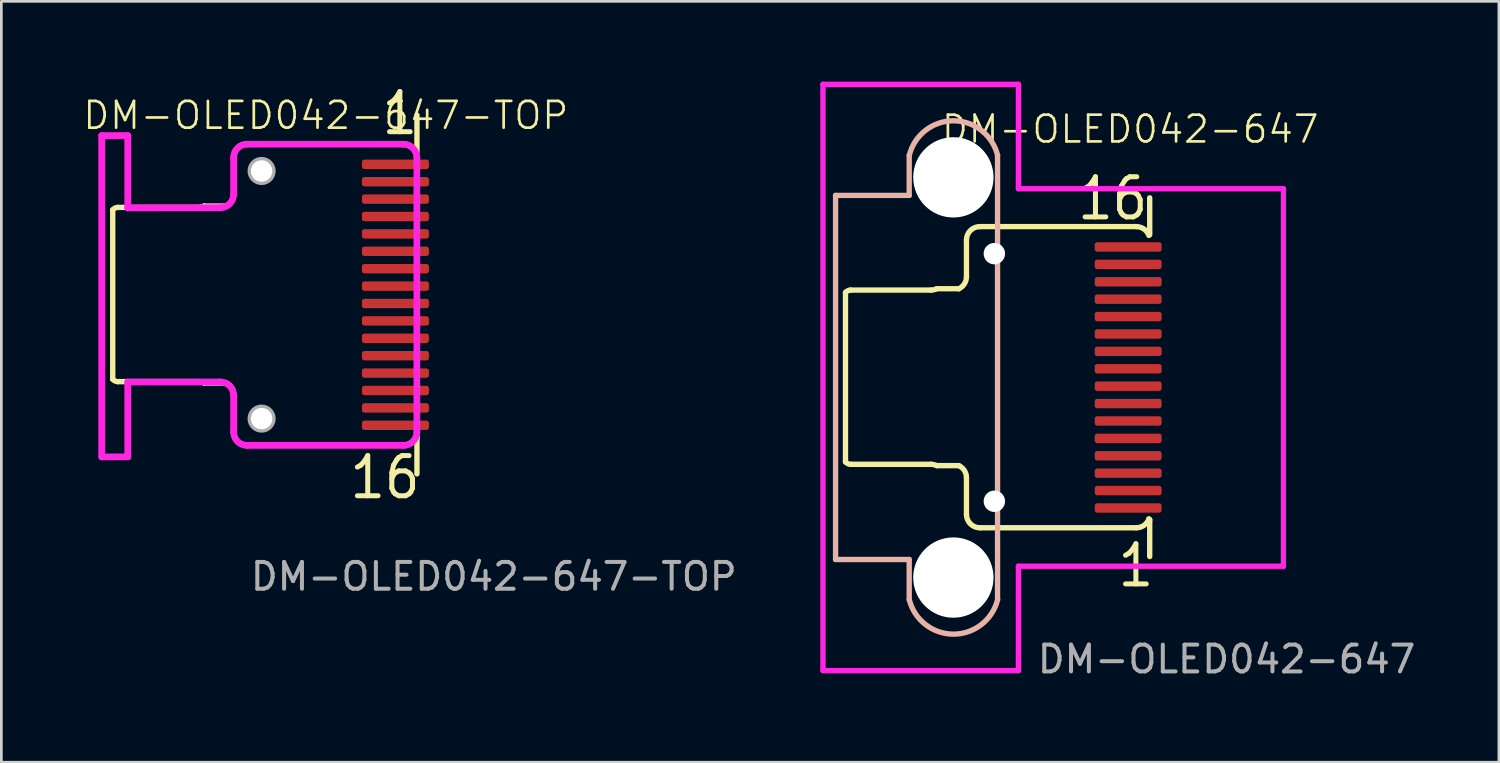
<source format=kicad_pcb>
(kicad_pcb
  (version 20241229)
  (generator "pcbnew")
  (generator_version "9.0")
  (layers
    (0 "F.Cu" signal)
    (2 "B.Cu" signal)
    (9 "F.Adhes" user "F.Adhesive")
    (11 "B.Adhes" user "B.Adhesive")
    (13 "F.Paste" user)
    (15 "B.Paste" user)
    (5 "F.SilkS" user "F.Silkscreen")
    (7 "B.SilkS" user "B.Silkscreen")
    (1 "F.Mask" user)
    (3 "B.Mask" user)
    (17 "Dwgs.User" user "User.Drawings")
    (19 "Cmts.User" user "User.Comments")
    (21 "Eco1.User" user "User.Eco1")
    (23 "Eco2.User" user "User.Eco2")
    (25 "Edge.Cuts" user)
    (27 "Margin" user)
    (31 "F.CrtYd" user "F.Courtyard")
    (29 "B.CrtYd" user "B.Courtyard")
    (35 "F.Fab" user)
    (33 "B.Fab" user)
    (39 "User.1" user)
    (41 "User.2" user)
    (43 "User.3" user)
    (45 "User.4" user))
  (footprint "DM-OLED042-647"
    (layer "F.Cu")
    (at 39.093 11.05)
    (property "Reference" "DM-OLED042-647" (at 0.075 -9.275 0) (unlocked yes) (layer "F.SilkS") (effects (font (size 1 1) (thickness 0.1))))
    (attr smd)
    (fp_line (start -10.56 3.153) (end -10.56 -3.173) (stroke (width 0.2) (type solid)) (layer "F.SilkS"))
    (fp_line (start -10.367 -3.264) (end -7.368 -3.264) (stroke (width 0.2) (type solid)) (layer "F.SilkS"))
    (fp_line (start -10.367 3.244) (end -7.368 3.244) (stroke (width 0.2) (type solid)) (layer "F.SilkS"))
    (fp_line (start -7.152 -3.314) (end -6.324 -3.314) (stroke (width 0.2) (type solid)) (layer "F.SilkS"))
    (fp_line (start -7.152 3.294) (end -6.324 3.294) (stroke (width 0.2) (type solid)) (layer "F.SilkS"))
    (fp_line (start -6.041 -3.764) (end -6.041 -5.135) (stroke (width 0.2) (type solid)) (layer "F.SilkS"))
    (fp_line (start -6.041 5.115) (end -6.041 3.744) (stroke (width 0.2) (type solid)) (layer "F.SilkS"))
    (fp_line (start -5.541 -5.635) (end 0.305 -5.635) (stroke (width 0.2) (type solid)) (layer "F.SilkS"))
    (fp_line (start -5.541 5.615) (end 0.305 5.615) (stroke (width 0.2) (type solid)) (layer "F.SilkS"))
    (fp_line (start 0.775 5.286) (end 0.805 5.316) (stroke (width 0.2) (type solid)) (layer "F.SilkS"))
    (fp_line (start 0.804 -6.71) (end 0.805 -5.335) (stroke (width 0.2) (type solid)) (layer "F.SilkS"))
    (fp_line (start 0.804 6.69) (end 0.805 5.316) (stroke (width 0.2) (type solid)) (layer "F.SilkS"))
    (fp_arc (start -10.56 -3.173149) (mid -10.473671 -3.240445) (end -10.366866 -3.264409) (stroke (width 0.2) (type solid)) (layer "F.SilkS"))
    (fp_arc (start -10.366866 3.244407) (mid -10.473671 3.220443) (end -10.56 3.153148) (stroke (width 0.2) (type solid)) (layer "F.SilkS"))
    (fp_arc (start -7.368282 3.24441) (mid -7.257153 3.256915) (end -7.151584 3.293808) (stroke (width 0.2) (type solid)) (layer "F.SilkS"))
    (fp_arc (start -7.151584 -3.313807) (mid -7.257154 -3.276915) (end -7.368282 -3.264409) (stroke (width 0.2) (type solid)) (layer "F.SilkS"))
    (fp_arc (start -6.32393 3.293808) (mid -6.117339 3.478279) (end -6.040629 3.744409) (stroke (width 0.2) (type solid)) (layer "F.SilkS"))
    (fp_arc (start -6.040629 -3.764408) (mid -6.117339 -3.498278) (end -6.32393 -3.313807) (stroke (width 0.2) (type solid)) (layer "F.SilkS"))
    (fp_arc (start -6.040626 -5.134999) (mid -5.89418 -5.488552) (end -5.540627 -5.634998) (stroke (width 0.2) (type solid)) (layer "F.SilkS"))
    (fp_arc (start -5.540627 5.614999) (mid -5.89418 5.468553) (end -6.040626 5.115) (stroke (width 0.2) (type solid)) (layer "F.SilkS"))
    (fp_arc (start 0.305117 -5.634003) (mid 0.591904 -5.543579) (end 0.774961 -5.305014) (stroke (width 0.2) (type solid)) (layer "F.SilkS"))
    (fp_arc (start 0.774961 5.286011) (mid 0.591904 5.524575) (end 0.305117 5.614999) (stroke (width 0.2) (type solid)) (layer "F.SilkS"))
    (fp_line (start -10.93 -6.8) (end -8.18 -6.8) (stroke (width 0.2) (type solid)) (layer "B.SilkS"))
    (fp_line (start -10.93 6.8) (end -10.93 -6.8) (stroke (width 0.2) (type solid)) (layer "B.SilkS"))
    (fp_line (start -10.93 6.8) (end -8.18 6.8) (stroke (width 0.2) (type solid)) (layer "B.SilkS"))
    (fp_line (start -8.18 -6.8) (end -8.18 -8.3) (stroke (width 0.2) (type solid)) (layer "B.SilkS"))
    (fp_line (start -8.18 8.3) (end -8.18 6.8) (stroke (width 0.2) (type solid)) (layer "B.SilkS"))
    (fp_line (start -4.88 8.3) (end -4.88 -8.3) (stroke (width 0.2) (type solid)) (layer "B.SilkS"))
    (fp_arc (start -8.176691 -8.299178) (mid -6.527788 -9.588338) (end -4.877815 -8.300547) (stroke (width 0.2) (type solid)) (layer "B.SilkS"))
    (fp_arc (start -4.877815 8.300547) (mid -6.527788 9.588338) (end -8.176691 8.299178) (stroke (width 0.2) (type solid)) (layer "B.SilkS"))
    (fp_line (start -11.4 -10.95) (end -4.1 -10.95) (stroke (width 0.2) (type solid)) (layer "F.CrtYd"))
    (fp_line (start -11.4 10.95) (end -11.4 -10.95) (stroke (width 0.2) (type solid)) (layer "F.CrtYd"))
    (fp_line (start -11.4 10.95) (end -4.1 10.95) (stroke (width 0.2) (type solid)) (layer "F.CrtYd"))
    (fp_line (start -4.1 -7.05) (end -4.1 -10.95) (stroke (width 0.2) (type solid)) (layer "F.CrtYd"))
    (fp_line (start -4.1 -7.05) (end 5.8 -7.05) (stroke (width 0.2) (type solid)) (layer "F.CrtYd"))
    (fp_line (start -4.1 7.05) (end 5.8 7.05) (stroke (width 0.2) (type solid)) (layer "F.CrtYd"))
    (fp_line (start -4.1 10.95) (end -4.1 7.05) (stroke (width 0.2) (type solid)) (layer "F.CrtYd"))
    (fp_line (start 5.8 7.05) (end 5.8 -7.05) (stroke (width 0.2) (type solid)) (layer "F.CrtYd"))
    (fp_text user "16" (at -1.988 -5.805 0) (layer "F.SilkS") (effects (font (size 1.5 1.35) (thickness 0.187)) (justify left bottom)))
    (fp_text user "1" (at -0.478 7.905 0) (layer "F.SilkS") (effects (font (size 1.5 1.35) (thickness 0.187)) (justify left bottom)))
    (fp_text user "${REFERENCE}" (at 3.675 10.525 0) (unlocked yes) (layer "F.Fab") (effects (font (size 1 1) (thickness 0.15))))
    (pad "" np_thru_hole circle (at -6.53 -7.475) (size 3 3) (drill 3) (layers "*.Cu" "*.Mask"))
    (pad "" np_thru_hole circle (at -6.53 7.475) (size 3 3) (drill 3) (layers "*.Cu" "*.Mask"))
    (pad "" np_thru_hole circle (at -4.999 -4.625) (size 0.8 0.8) (drill 0.8) (layers "*.Cu" "*.Mask"))
    (pad "" np_thru_hole circle (at -4.999 4.625) (size 0.8 0.8) (drill 0.8) (layers "*.Cu" "*.Mask"))
    (pad "1" smd roundrect (at 0 4.875) (size 2.5 0.35) (layers "F.Cu" "F.Mask" "F.Paste") (roundrect_rratio 0.25))
    (pad "2" smd roundrect (at 0 4.225) (size 2.5 0.35) (layers "F.Cu" "F.Mask" "F.Paste") (roundrect_rratio 0.25))
    (pad "3" smd roundrect (at 0 3.575) (size 2.5 0.35) (layers "F.Cu" "F.Mask" "F.Paste") (roundrect_rratio 0.25))
    (pad "4" smd roundrect (at 0 2.925) (size 2.5 0.35) (layers "F.Cu" "F.Mask" "F.Paste") (roundrect_rratio 0.25))
    (pad "5" smd roundrect (at 0 2.275) (size 2.5 0.35) (layers "F.Cu" "F.Mask" "F.Paste") (roundrect_rratio 0.25))
    (pad "6" smd roundrect (at 0 1.625) (size 2.5 0.35) (layers "F.Cu" "F.Mask" "F.Paste") (roundrect_rratio 0.25))
    (pad "7" smd roundrect (at 0 0.975) (size 2.5 0.35) (layers "F.Cu" "F.Mask" "F.Paste") (roundrect_rratio 0.25))
    (pad "8" smd roundrect (at 0 0.325) (size 2.5 0.35) (layers "F.Cu" "F.Mask" "F.Paste") (roundrect_rratio 0.25))
    (pad "9" smd roundrect (at 0 -0.325) (size 2.5 0.35) (layers "F.Cu" "F.Mask" "F.Paste") (roundrect_rratio 0.25))
    (pad "10" smd roundrect (at 0 -0.975) (size 2.5 0.35) (layers "F.Cu" "F.Mask" "F.Paste") (roundrect_rratio 0.25))
    (pad "11" smd roundrect (at 0 -1.625) (size 2.5 0.35) (layers "F.Cu" "F.Mask" "F.Paste") (roundrect_rratio 0.25))
    (pad "12" smd roundrect (at 0 -2.275) (size 2.5 0.35) (layers "F.Cu" "F.Mask" "F.Paste") (roundrect_rratio 0.25))
    (pad "13" smd roundrect (at 0 -2.925) (size 2.5 0.35) (layers "F.Cu" "F.Mask" "F.Paste") (roundrect_rratio 0.25))
    (pad "14" smd roundrect (at 0 -3.575) (size 2.5 0.35) (layers "F.Cu" "F.Mask" "F.Paste") (roundrect_rratio 0.25))
    (pad "15" smd roundrect (at 0 -4.225) (size 2.5 0.35) (layers "F.Cu" "F.Mask" "F.Paste") (roundrect_rratio 0.25))
    (pad "16" smd roundrect (at 0 -4.875) (size 2.5 0.35) (layers "F.Cu" "F.Mask" "F.Paste") (roundrect_rratio 0.25)))
  (footprint "DM-OLED042-647-TOP"
    (layer "F.Cu")
    (at 11.721 7.962)
    (property "Reference" "DM-OLED042-647-TOP" (at -2.6 -6.7 0) (unlocked yes) (layer "F.SilkS") (effects (font (size 1 1) (thickness 0.1))))
    (attr smd)
    (fp_line (start -10.56 3.153) (end -10.56 -3.173) (stroke (width 0.2) (type solid)) (layer "F.SilkS"))
    (fp_line (start -10.367 -3.264) (end -7.368 -3.264) (stroke (width 0.2) (type solid)) (layer "F.SilkS"))
    (fp_line (start -10.367 3.244) (end -7.368 3.244) (stroke (width 0.2) (type solid)) (layer "F.SilkS"))
    (fp_line (start -7.152 -3.314) (end -6.324 -3.314) (stroke (width 0.2) (type solid)) (layer "F.SilkS"))
    (fp_line (start -7.152 3.294) (end -6.324 3.294) (stroke (width 0.2) (type solid)) (layer "F.SilkS"))
    (fp_line (start -6.041 -3.764) (end -6.041 -5.135) (stroke (width 0.2) (type solid)) (layer "F.SilkS"))
    (fp_line (start -6.041 5.115) (end -6.041 3.744) (stroke (width 0.2) (type solid)) (layer "F.SilkS"))
    (fp_line (start -5.541 -5.635) (end 0.305 -5.635) (stroke (width 0.2) (type solid)) (layer "F.SilkS"))
    (fp_line (start -5.541 5.615) (end 0.305 5.615) (stroke (width 0.2) (type solid)) (layer "F.SilkS"))
    (fp_line (start 0.775 5.286) (end 0.805 5.316) (stroke (width 0.2) (type solid)) (layer "F.SilkS"))
    (fp_line (start 0.804 -6.71) (end 0.805 -5.335) (stroke (width 0.2) (type solid)) (layer "F.SilkS"))
    (fp_line (start 0.804 6.69) (end 0.805 5.316) (stroke (width 0.2) (type solid)) (layer "F.SilkS"))
    (fp_arc (start -10.56 -3.173149) (mid -10.473671 -3.240445) (end -10.366866 -3.264409) (stroke (width 0.2) (type solid)) (layer "F.SilkS"))
    (fp_arc (start -10.366866 3.244407) (mid -10.473671 3.220443) (end -10.56 3.153148) (stroke (width 0.2) (type solid)) (layer "F.SilkS"))
    (fp_arc (start -7.368282 3.24441) (mid -7.257153 3.256915) (end -7.151584 3.293808) (stroke (width 0.2) (type solid)) (layer "F.SilkS"))
    (fp_arc (start -7.151584 -3.313807) (mid -7.257154 -3.276915) (end -7.368282 -3.264409) (stroke (width 0.2) (type solid)) (layer "F.SilkS"))
    (fp_arc (start -6.32393 3.293808) (mid -6.117339 3.478279) (end -6.040629 3.744409) (stroke (width 0.2) (type solid)) (layer "F.SilkS"))
    (fp_arc (start -6.040629 -3.764408) (mid -6.117339 -3.498278) (end -6.32393 -3.313807) (stroke (width 0.2) (type solid)) (layer "F.SilkS"))
    (fp_arc (start -6.040626 -5.134999) (mid -5.89418 -5.488552) (end -5.540627 -5.634998) (stroke (width 0.2) (type solid)) (layer "F.SilkS"))
    (fp_arc (start -5.540627 5.614999) (mid -5.89418 5.468553) (end -6.040626 5.115) (stroke (width 0.2) (type solid)) (layer "F.SilkS"))
    (fp_arc (start 0.305117 -5.634003) (mid 0.591904 -5.543579) (end 0.774961 -5.305014) (stroke (width 0.2) (type solid)) (layer "F.SilkS"))
    (fp_arc (start 0.774961 5.286011) (mid 0.591904 5.524575) (end 0.305117 5.614999) (stroke (width 0.2) (type solid)) (layer "F.SilkS"))
    (fp_line (start -10.973 -5.945) (end -10.973 6.055) (stroke (width 0.25) (type solid)) (layer "F.CrtYd"))
    (fp_line (start -10.973 -5.945) (end -10 -5.95) (stroke (width 0.25) (type solid)) (layer "F.CrtYd"))
    (fp_line (start -10 -5.95) (end -10 -3.25) (stroke (width 0.25) (type default)) (layer "F.CrtYd"))
    (fp_line (start -10 3.255) (end -10 6.055) (stroke (width 0.25) (type default)) (layer "F.CrtYd"))
    (fp_line (start -10 3.255) (end -6.545 3.255) (stroke (width 0.25) (type solid)) (layer "F.CrtYd"))
    (fp_line (start -10 6.055) (end -10.973 6.055) (stroke (width 0.25) (type solid)) (layer "F.CrtYd"))
    (fp_line (start -6.545 -3.254) (end -10 -3.25) (stroke (width 0.25) (type solid)) (layer "F.CrtYd"))
    (fp_line (start -6.045 -5.125) (end -6.045 -3.754) (stroke (width 0.25) (type solid)) (layer "F.CrtYd"))
    (fp_line (start -6.045 3.755) (end -6.045 5.125) (stroke (width 0.25) (type solid)) (layer "F.CrtYd"))
    (fp_line (start -5.545 5.625) (end 0.301 5.625) (stroke (width 0.25) (type solid)) (layer "F.CrtYd"))
    (fp_line (start 0.301 -5.625) (end -5.545 -5.625) (stroke (width 0.25) (type solid)) (layer "F.CrtYd"))
    (fp_line (start 0.801 -5.125) (end 0.801 5.125) (stroke (width 0.25) (type solid)) (layer "F.CrtYd"))
    (fp_arc (start -6.54521 3.254907) (mid -6.191653 3.40135) (end -6.04521 3.754907) (stroke (width 0.25) (type solid)) (layer "F.CrtYd"))
    (fp_arc (start -6.04521 -5.124501) (mid -5.898764 -5.478057) (end -5.54521 -5.624501) (stroke (width 0.25) (type solid)) (layer "F.CrtYd"))
    (fp_arc (start -6.04521 -3.753909) (mid -6.191654 -3.400353) (end -6.54521 -3.253909) (stroke (width 0.25) (type solid)) (layer "F.CrtYd"))
    (fp_arc (start -5.54521 5.625499) (mid -5.898757 5.479049) (end -6.04521 5.125499) (stroke (width 0.25) (type solid)) (layer "F.CrtYd"))
    (fp_arc (start 0.300533 -5.624501) (mid 0.654065 -5.478043) (end 0.800533 -5.124501) (stroke (width 0.25) (type solid)) (layer "F.CrtYd"))
    (fp_arc (start 0.800533 5.125499) (mid 0.654089 5.479065) (end 0.300533 5.625499) (stroke (width 0.25) (type solid)) (layer "F.CrtYd"))
    (fp_circle (center -4.999 -4.625) (end -4.599 -4.625) (stroke (width 0.25) (type solid)) (fill no) (layer "F.Fab"))
    (fp_circle (center -4.999 4.625) (end -4.599 4.625) (stroke (width 0.25) (type solid)) (fill no) (layer "F.Fab"))
    (fp_text user "16" (at -1.8 7.7 0) (layer "F.SilkS") (effects (font (size 1.5 1.35) (thickness 0.187)) (justify left bottom)))
    (fp_text user "1" (at -0.6 -5.9 0) (layer "F.SilkS") (effects (font (size 1.5 1.35) (thickness 0.187)) (justify left bottom)))
    (fp_text user "${REFERENCE}" (at 3.675 10.525 0) (unlocked yes) (layer "F.Fab") (effects (font (size 1 1) (thickness 0.15))))
    (pad "" np_thru_hole circle (at -4.999 -4.625) (size 0.8 0.8) (drill 0.8) (layers "*.Cu" "*.Mask"))
    (pad "" np_thru_hole circle (at -4.999 4.625) (size 0.8 0.8) (drill 0.8) (layers "*.Cu" "*.Mask"))
    (pad "1" smd roundrect (at 0 -4.875) (size 2.5 0.35) (layers "F.Cu" "F.Mask" "F.Paste") (roundrect_rratio 0.25))
    (pad "2" smd roundrect (at 0 -4.225) (size 2.5 0.35) (layers "F.Cu" "F.Mask" "F.Paste") (roundrect_rratio 0.25))
    (pad "3" smd roundrect (at 0 -3.575) (size 2.5 0.35) (layers "F.Cu" "F.Mask" "F.Paste") (roundrect_rratio 0.25))
    (pad "4" smd roundrect (at 0 -2.925) (size 2.5 0.35) (layers "F.Cu" "F.Mask" "F.Paste") (roundrect_rratio 0.25))
    (pad "5" smd roundrect (at 0 -2.275) (size 2.5 0.35) (layers "F.Cu" "F.Mask" "F.Paste") (roundrect_rratio 0.25))
    (pad "6" smd roundrect (at 0 -1.625) (size 2.5 0.35) (layers "F.Cu" "F.Mask" "F.Paste") (roundrect_rratio 0.25))
    (pad "7" smd roundrect (at 0 -0.975) (size 2.5 0.35) (layers "F.Cu" "F.Mask" "F.Paste") (roundrect_rratio 0.25))
    (pad "8" smd roundrect (at 0 -0.325) (size 2.5 0.35) (layers "F.Cu" "F.Mask" "F.Paste") (roundrect_rratio 0.25))
    (pad "9" smd roundrect (at 0 0.325) (size 2.5 0.35) (layers "F.Cu" "F.Mask" "F.Paste") (roundrect_rratio 0.25))
    (pad "10" smd roundrect (at 0 0.975) (size 2.5 0.35) (layers "F.Cu" "F.Mask" "F.Paste") (roundrect_rratio 0.25))
    (pad "11" smd roundrect (at 0 1.625) (size 2.5 0.35) (layers "F.Cu" "F.Mask" "F.Paste") (roundrect_rratio 0.25))
    (pad "12" smd roundrect (at 0 2.275) (size 2.5 0.35) (layers "F.Cu" "F.Mask" "F.Paste") (roundrect_rratio 0.25))
    (pad "13" smd roundrect (at 0 2.925) (size 2.5 0.35) (layers "F.Cu" "F.Mask" "F.Paste") (roundrect_rratio 0.25))
    (pad "14" smd roundrect (at 0 3.575) (size 2.5 0.35) (layers "F.Cu" "F.Mask" "F.Paste") (roundrect_rratio 0.25))
    (pad "15" smd roundrect (at 0 4.225) (size 2.5 0.35) (layers "F.Cu" "F.Mask" "F.Paste") (roundrect_rratio 0.25))
    (pad "16" smd roundrect (at 0 4.875) (size 2.5 0.35) (layers "F.Cu" "F.Mask" "F.Paste") (roundrect_rratio 0.25)))
  (gr_rect
    (start -3 -3)
    (end 52.94 25.423)
    (stroke (width 0.1) (type default))
    (fill no)
    (layer "Edge.Cuts")))
</source>
